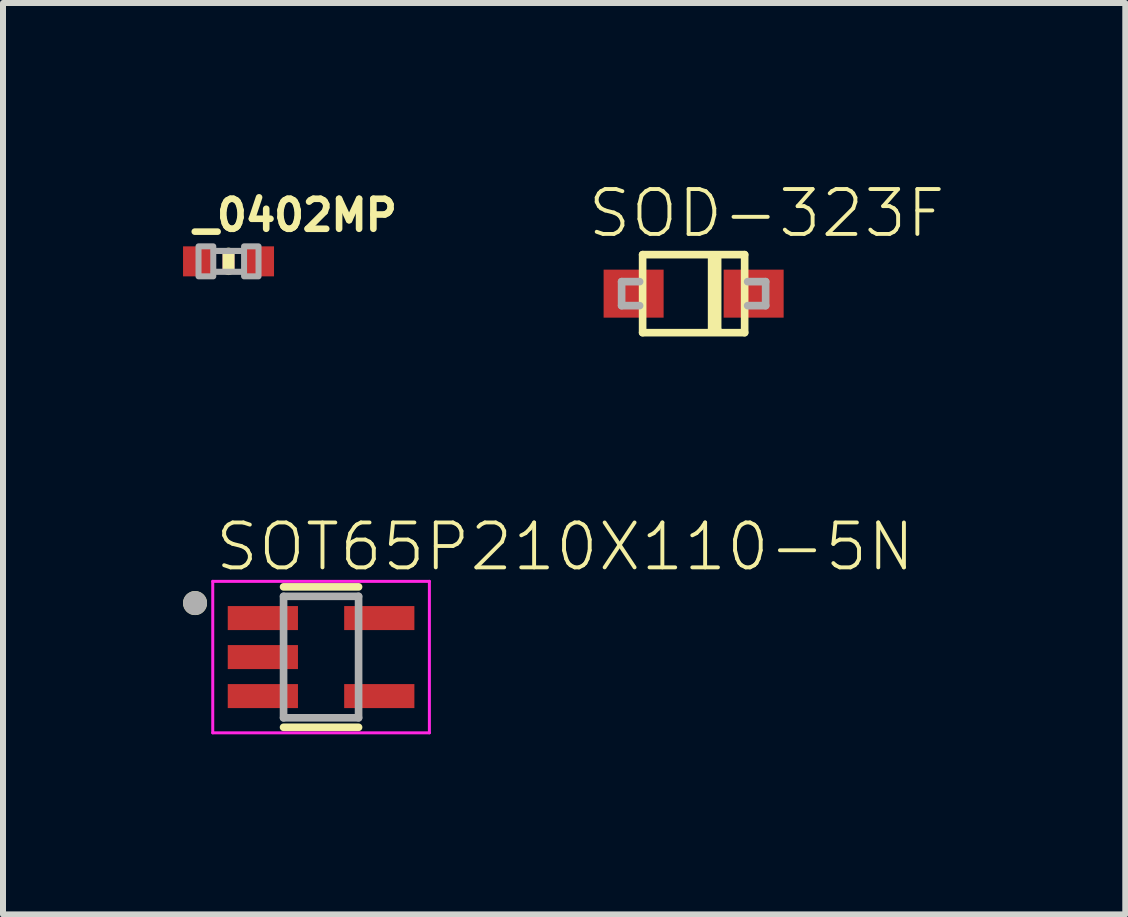
<source format=kicad_pcb>
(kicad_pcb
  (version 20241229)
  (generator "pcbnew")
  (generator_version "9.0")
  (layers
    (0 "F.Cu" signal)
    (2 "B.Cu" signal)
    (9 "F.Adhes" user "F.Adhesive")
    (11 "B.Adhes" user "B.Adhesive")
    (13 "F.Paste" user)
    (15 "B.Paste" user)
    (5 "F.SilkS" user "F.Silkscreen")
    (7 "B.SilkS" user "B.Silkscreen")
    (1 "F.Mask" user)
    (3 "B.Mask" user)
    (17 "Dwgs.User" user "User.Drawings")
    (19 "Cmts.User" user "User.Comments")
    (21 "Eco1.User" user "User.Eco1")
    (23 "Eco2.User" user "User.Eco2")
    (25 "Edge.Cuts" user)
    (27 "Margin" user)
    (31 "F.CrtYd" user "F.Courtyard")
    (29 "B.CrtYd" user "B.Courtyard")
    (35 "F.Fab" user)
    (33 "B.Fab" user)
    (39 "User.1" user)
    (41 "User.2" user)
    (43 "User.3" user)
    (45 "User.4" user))
  (footprint "SOT65P210X110-5N"
    (layer "F.Cu")
    (at 2.3 7.899)
    (property "Reference" "SOT65P210X110-5N" (at -1.8 -1.4 0) (layer "F.SilkS") (effects (font (size 0.748 0.748) (thickness 0.065)) (justify left bottom)))
    (fp_line (start -0.625 1.17) (end 0.625 1.17) (stroke (width 0.127) (type solid)) (layer "F.SilkS"))
    (fp_line (start 0.625 -1.17) (end -0.625 -1.17) (stroke (width 0.127) (type solid)) (layer "F.SilkS"))
    (fp_circle (center -2.1 -0.9) (end -2 -0.9) (stroke (width 0.2) (type solid)) (fill no) (layer "F.SilkS"))
    (fp_line (start -1.805 -1.262) (end -1.805 1.262) (stroke (width 0.05) (type solid)) (layer "F.CrtYd"))
    (fp_line (start -1.805 1.262) (end 1.805 1.262) (stroke (width 0.05) (type solid)) (layer "F.CrtYd"))
    (fp_line (start 1.805 -1.262) (end -1.805 -1.262) (stroke (width 0.05) (type solid)) (layer "F.CrtYd"))
    (fp_line (start 1.805 1.262) (end 1.805 -1.262) (stroke (width 0.05) (type solid)) (layer "F.CrtYd"))
    (fp_line (start -0.625 -1.012) (end -0.625 1.012) (stroke (width 0.127) (type solid)) (layer "F.Fab"))
    (fp_line (start -0.625 1.012) (end 0.625 1.012) (stroke (width 0.127) (type solid)) (layer "F.Fab"))
    (fp_line (start 0.625 -1.012) (end -0.625 -1.012) (stroke (width 0.127) (type solid)) (layer "F.Fab"))
    (fp_line (start 0.625 1.012) (end 0.625 -1.012) (stroke (width 0.127) (type solid)) (layer "F.Fab"))
    (fp_circle (center -2.1 -0.9) (end -2 -0.9) (stroke (width 0.2) (type solid)) (fill no) (layer "F.Fab"))
    (pad "1" smd rect (at -0.97 -0.65) (size 1.17 0.4) (layers "F.Cu" "F.Mask" "F.Paste"))
    (pad "2" smd rect (at -0.97 0) (size 1.17 0.4) (layers "F.Cu" "F.Mask" "F.Paste"))
    (pad "3" smd rect (at -0.97 0.65) (size 1.17 0.4) (layers "F.Cu" "F.Mask" "F.Paste"))
    (pad "4" smd rect (at 0.97 0.65) (size 1.17 0.4) (layers "F.Cu" "F.Mask" "F.Paste"))
    (pad "5" smd rect (at 0.97 -0.65) (size 1.17 0.4) (layers "F.Cu" "F.Mask" "F.Paste")))
  (footprint "SOD-323F"
    (layer "F.Cu")
    (at 8.508 1.843)
    (property "Reference" "SOD-323F" (at -1.8 -0.9 0) (layer "F.SilkS") (effects (font (size 0.748 0.748) (thickness 0.065)) (justify left bottom)))
    (fp_line (start -0.85 -0.65) (end 0.85 -0.65) (stroke (width 0.127) (type solid)) (layer "F.SilkS"))
    (fp_line (start -0.85 0.65) (end -0.85 -0.65) (stroke (width 0.127) (type solid)) (layer "F.SilkS"))
    (fp_line (start 0.3 0.6) (end 0.3 -0.6) (stroke (width 0.127) (type solid)) (layer "F.SilkS"))
    (fp_line (start 0.4 -0.6) (end 0.4 0.6) (stroke (width 0.127) (type solid)) (layer "F.SilkS"))
    (fp_line (start 0.4 0.6) (end 0.3 0.6) (stroke (width 0.127) (type solid)) (layer "F.SilkS"))
    (fp_line (start 0.85 -0.65) (end 0.85 0.65) (stroke (width 0.127) (type solid)) (layer "F.SilkS"))
    (fp_line (start 0.85 0.65) (end -0.85 0.65) (stroke (width 0.127) (type solid)) (layer "F.SilkS"))
    (fp_line (start -1.2 -0.2) (end -1.2 0.2) (stroke (width 0.127) (type solid)) (layer "F.Fab"))
    (fp_line (start -1.2 0.2) (end -0.9 0.2) (stroke (width 0.127) (type solid)) (layer "F.Fab"))
    (fp_line (start -0.9 -0.2) (end -1.2 -0.2) (stroke (width 0.127) (type solid)) (layer "F.Fab"))
    (fp_line (start 0.9 -0.2) (end 1.2 -0.2) (stroke (width 0.127) (type solid)) (layer "F.Fab"))
    (fp_line (start 1.2 -0.2) (end 1.2 0.2) (stroke (width 0.127) (type solid)) (layer "F.Fab"))
    (fp_line (start 1.2 0.2) (end 0.9 0.2) (stroke (width 0.127) (type solid)) (layer "F.Fab"))
    (pad "A" smd rect (at -1 0) (size 1 0.8) (layers "F.Cu" "F.Mask" "F.Paste"))
    (pad "C" smd rect (at 1 0) (size 1 0.8) (layers "F.Cu" "F.Mask" "F.Paste")))
  (footprint "_0402MP"
    (layer "F.Cu")
    (at 0.758 1.305)
    (property "Reference" "_0402MP" (at -0.635 -0.476 0) (layer "F.SilkS") (effects (font (size 0.5 0.5) (thickness 0.11)) (justify left bottom)))
    (fp_line (start 0 -0.127) (end 0 0.127) (stroke (width 0.203) (type solid)) (layer "F.SilkS"))
    (fp_poly (pts (xy -0.1 0.2) (xy 0.1 0.2) (xy 0.1 -0.2) (xy -0.1 -0.2)) (stroke (width 0) (type solid)) (fill yes) (layer "F.Adhes"))
    (fp_line (start -0.245 -0.174) (end 0.245 -0.174) (stroke (width 0.102) (type solid)) (layer "F.Fab"))
    (fp_line (start 0.245 0.174) (end -0.245 0.174) (stroke (width 0.102) (type solid)) (layer "F.Fab"))
    (fp_poly (pts (xy -0.5 0.25) (xy -0.254 0.25) (xy -0.254 -0.25) (xy -0.5 -0.25)) (stroke (width 0.1) (type solid)) (fill no) (layer "F.Fab"))
    (fp_poly (pts (xy 0.259 0.25) (xy 0.5 0.25) (xy 0.5 -0.25) (xy 0.259 -0.25)) (stroke (width 0.1) (type solid)) (fill no) (layer "F.Fab"))
    (pad "1" smd rect (at -0.508 0) (size 0.5 0.5) (layers "F.Cu" "F.Mask" "F.Paste"))
    (pad "2" smd rect (at 0.508 0) (size 0.5 0.5) (layers "F.Cu" "F.Mask" "F.Paste")))
  (gr_rect
    (start -3 -3)
    (end 15.701 12.187)
    (stroke (width 0.1) (type default))
    (fill no)
    (layer "Edge.Cuts")))
</source>
